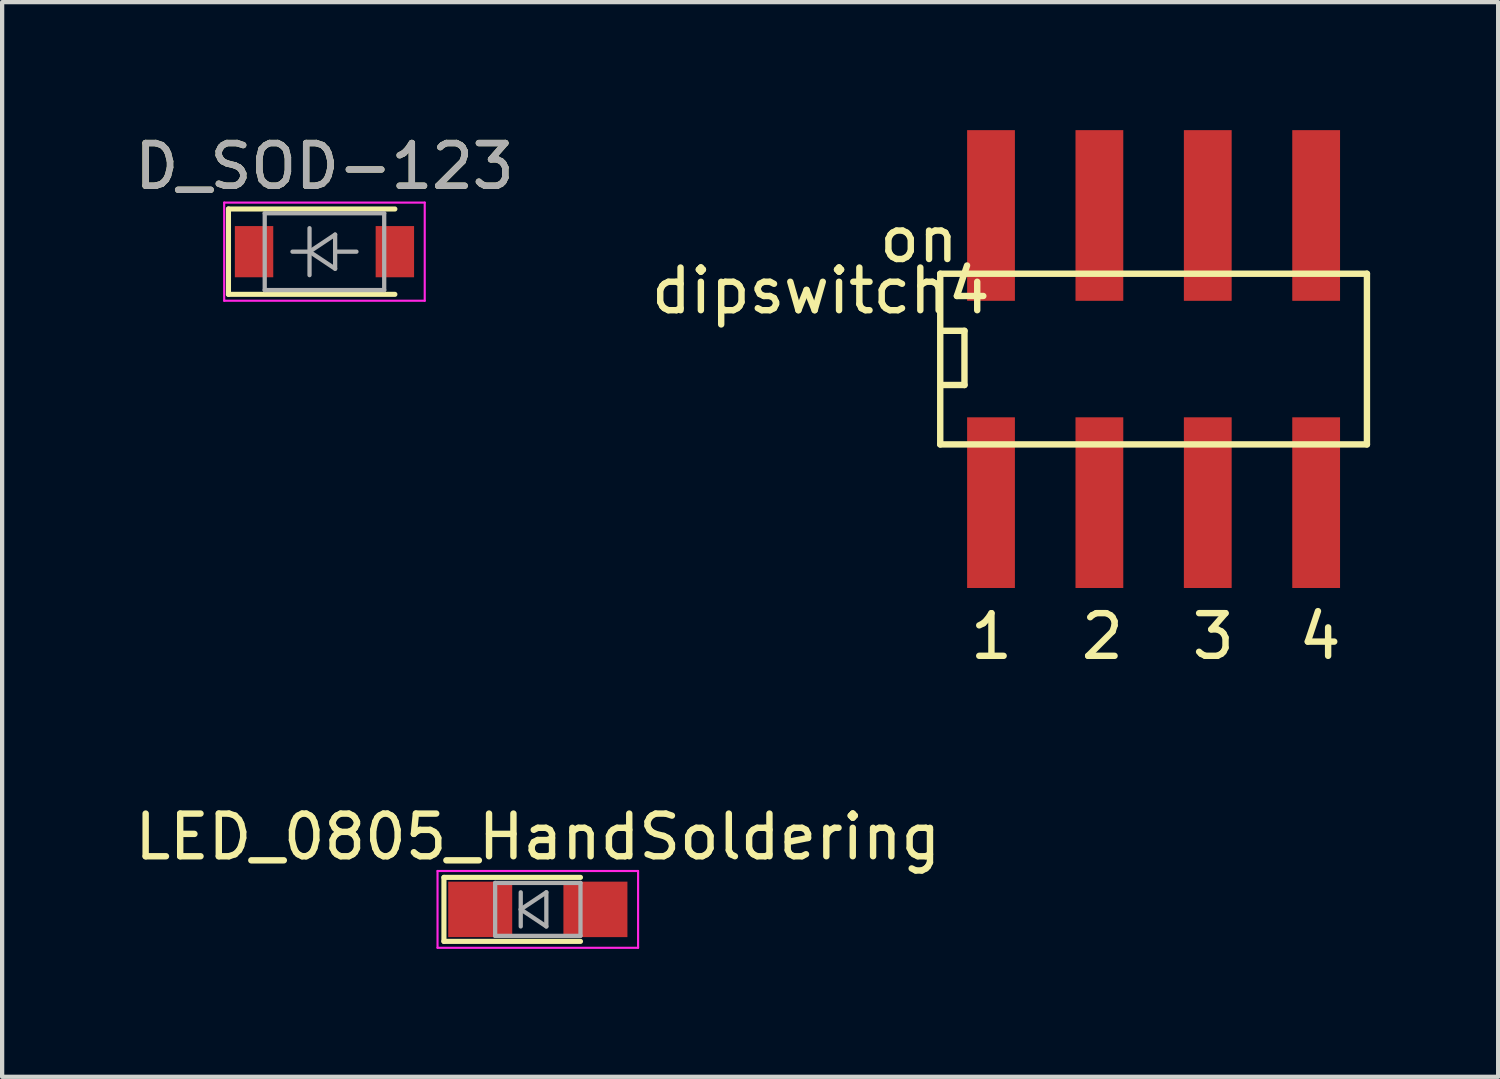
<source format=kicad_pcb>
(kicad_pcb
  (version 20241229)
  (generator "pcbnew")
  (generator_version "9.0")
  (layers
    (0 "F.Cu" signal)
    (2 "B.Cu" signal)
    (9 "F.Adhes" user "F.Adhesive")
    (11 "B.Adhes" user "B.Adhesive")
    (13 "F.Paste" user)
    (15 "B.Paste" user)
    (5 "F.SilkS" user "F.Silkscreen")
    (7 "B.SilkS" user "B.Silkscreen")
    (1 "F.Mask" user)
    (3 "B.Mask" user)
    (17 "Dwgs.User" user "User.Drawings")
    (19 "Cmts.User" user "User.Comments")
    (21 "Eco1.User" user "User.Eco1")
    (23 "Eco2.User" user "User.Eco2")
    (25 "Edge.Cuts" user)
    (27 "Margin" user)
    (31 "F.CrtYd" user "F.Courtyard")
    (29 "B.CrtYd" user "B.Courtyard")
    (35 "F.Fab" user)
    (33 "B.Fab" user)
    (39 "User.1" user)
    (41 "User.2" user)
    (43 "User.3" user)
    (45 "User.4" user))
  (footprint "LED_0805_HandSoldering"
    (layer "F.Cu")
    (at 9.554 18.262)
    (property "Reference" "LED_0805_HandSoldering" (at 0 -1.7 0) (layer "F.SilkS") (effects (font (size 1 1) (thickness 0.15))))
    (attr smd)
    (fp_line (start -2.2 -0.75) (end -2.2 0.75) (stroke (width 0.12) (type solid)) (layer "F.SilkS"))
    (fp_line (start -2.2 -0.75) (end 1 -0.75) (stroke (width 0.12) (type solid)) (layer "F.SilkS"))
    (fp_line (start 1 0.75) (end -2.2 0.75) (stroke (width 0.12) (type solid)) (layer "F.SilkS"))
    (fp_line (start -2.35 -0.9) (end -2.35 0.9) (stroke (width 0.05) (type solid)) (layer "F.CrtYd"))
    (fp_line (start -2.35 -0.9) (end 2.35 -0.9) (stroke (width 0.05) (type solid)) (layer "F.CrtYd"))
    (fp_line (start 2.35 0.9) (end -2.35 0.9) (stroke (width 0.05) (type solid)) (layer "F.CrtYd"))
    (fp_line (start 2.35 0.9) (end 2.35 -0.9) (stroke (width 0.05) (type solid)) (layer "F.CrtYd"))
    (fp_line (start -1 -0.62) (end 1 -0.62) (stroke (width 0.1) (type solid)) (layer "F.Fab"))
    (fp_line (start -1 0.62) (end -1 -0.62) (stroke (width 0.1) (type solid)) (layer "F.Fab"))
    (fp_line (start -0.4 -0.4) (end -0.4 0.4) (stroke (width 0.1) (type solid)) (layer "F.Fab"))
    (fp_line (start -0.4 0) (end 0.2 -0.4) (stroke (width 0.1) (type solid)) (layer "F.Fab"))
    (fp_line (start 0.2 -0.4) (end 0.2 0.4) (stroke (width 0.1) (type solid)) (layer "F.Fab"))
    (fp_line (start 0.2 0.4) (end -0.4 0) (stroke (width 0.1) (type solid)) (layer "F.Fab"))
    (fp_line (start 1 -0.62) (end 1 0.62) (stroke (width 0.1) (type solid)) (layer "F.Fab"))
    (fp_line (start 1 0.62) (end -1 0.62) (stroke (width 0.1) (type solid)) (layer "F.Fab"))
    (pad "1" smd rect (at -1.35 0) (size 1.5 1.3) (layers "F.Cu" "F.Mask" "F.Paste"))
    (pad "2" smd rect (at 1.35 0) (size 1.5 1.3) (layers "F.Cu" "F.Mask" "F.Paste")))
  (footprint "dipswitch4"
    (layer "F.Cu")
    (at 23.985 5.365)
    (property "Reference" "dipswitch4" (at -7.8 -1.6 0) (layer "F.SilkS") (effects (font (size 1 1) (thickness 0.15))))
    (attr smd)
    (fp_line (start -5 -2) (end 5 -2) (stroke (width 0.15) (type solid)) (layer "F.SilkS"))
    (fp_line (start -5 2) (end -5 -2) (stroke (width 0.15) (type solid)) (layer "F.SilkS"))
    (fp_line (start -4.94 -0.662) (end -4.432 -0.662) (stroke (width 0.15) (type solid)) (layer "F.SilkS"))
    (fp_line (start -4.432 -0.662) (end -4.432 0.608) (stroke (width 0.15) (type solid)) (layer "F.SilkS"))
    (fp_line (start -4.432 0.608) (end -4.94 0.608) (stroke (width 0.15) (type solid)) (layer "F.SilkS"))
    (fp_line (start 5 -2) (end 5 2) (stroke (width 0.15) (type solid)) (layer "F.SilkS"))
    (fp_line (start 5 2) (end -5 2) (stroke (width 0.15) (type solid)) (layer "F.SilkS"))
    (fp_text user "4" (at 3.9 6.5 0) (layer "F.SilkS") (effects (font (size 1 1) (thickness 0.15))))
    (fp_text user "2" (at -1.2 6.5 0) (layer "F.SilkS") (effects (font (size 1 1) (thickness 0.15))))
    (fp_text user "1" (at -3.8 6.5 0) (layer "F.SilkS") (effects (font (size 1 1) (thickness 0.15))))
    (fp_text user "3" (at 1.4 6.5 0) (layer "F.SilkS") (effects (font (size 1 1) (thickness 0.15))))
    (fp_text user "on" (at -5.5 -2.8 0) (layer "F.SilkS") (effects (font (size 1 1) (thickness 0.15))))
    (pad "1" smd rect (at -3.81 3.365) (size 1.12 4) (layers "F.Cu" "F.Mask" "F.Paste"))
    (pad "2" smd rect (at -1.27 3.365) (size 1.12 4) (layers "F.Cu" "F.Mask" "F.Paste"))
    (pad "3" smd rect (at 1.27 3.365) (size 1.12 4) (layers "F.Cu" "F.Mask" "F.Paste"))
    (pad "4" smd rect (at 3.81 3.365) (size 1.12 4) (layers "F.Cu" "F.Mask" "F.Paste"))
    (pad "5" smd rect (at 3.81 -3.365) (size 1.12 4) (layers "F.Cu" "F.Mask" "F.Paste"))
    (pad "6" smd rect (at 1.27 -3.365) (size 1.12 4) (layers "F.Cu" "F.Mask" "F.Paste"))
    (pad "7" smd rect (at -1.27 -3.365) (size 1.12 4) (layers "F.Cu" "F.Mask" "F.Paste"))
    (pad "8" smd rect (at -3.81 -3.365) (size 1.12 4) (layers "F.Cu" "F.Mask" "F.Paste")))
  (footprint "D_SOD-123"
    (layer "F.Cu")
    (at 4.554 2.848)
    (property "Reference" "D_SOD-123" (at 0 -2 0) (layer "F.SilkS") (effects (font (size 1 1) (thickness 0.15))))
    (attr smd)
    (fp_line (start -2.25 -1) (end -2.25 1) (stroke (width 0.12) (type solid)) (layer "F.SilkS"))
    (fp_line (start -2.25 -1) (end 1.65 -1) (stroke (width 0.12) (type solid)) (layer "F.SilkS"))
    (fp_line (start -2.25 1) (end 1.65 1) (stroke (width 0.12) (type solid)) (layer "F.SilkS"))
    (fp_line (start -2.35 -1.15) (end -2.35 1.15) (stroke (width 0.05) (type solid)) (layer "F.CrtYd"))
    (fp_line (start -2.35 -1.15) (end 2.35 -1.15) (stroke (width 0.05) (type solid)) (layer "F.CrtYd"))
    (fp_line (start 2.35 -1.15) (end 2.35 1.15) (stroke (width 0.05) (type solid)) (layer "F.CrtYd"))
    (fp_line (start 2.35 1.15) (end -2.35 1.15) (stroke (width 0.05) (type solid)) (layer "F.CrtYd"))
    (fp_line (start -1.4 -0.9) (end 1.4 -0.9) (stroke (width 0.1) (type solid)) (layer "F.Fab"))
    (fp_line (start -1.4 0.9) (end -1.4 -0.9) (stroke (width 0.1) (type solid)) (layer "F.Fab"))
    (fp_line (start -0.75 0) (end -0.35 0) (stroke (width 0.1) (type solid)) (layer "F.Fab"))
    (fp_line (start -0.35 0) (end -0.35 -0.55) (stroke (width 0.1) (type solid)) (layer "F.Fab"))
    (fp_line (start -0.35 0) (end -0.35 0.55) (stroke (width 0.1) (type solid)) (layer "F.Fab"))
    (fp_line (start -0.35 0) (end 0.25 -0.4) (stroke (width 0.1) (type solid)) (layer "F.Fab"))
    (fp_line (start 0.25 -0.4) (end 0.25 0.4) (stroke (width 0.1) (type solid)) (layer "F.Fab"))
    (fp_line (start 0.25 0) (end 0.75 0) (stroke (width 0.1) (type solid)) (layer "F.Fab"))
    (fp_line (start 0.25 0.4) (end -0.35 0) (stroke (width 0.1) (type solid)) (layer "F.Fab"))
    (fp_line (start 1.4 -0.9) (end 1.4 0.9) (stroke (width 0.1) (type solid)) (layer "F.Fab"))
    (fp_line (start 1.4 0.9) (end -1.4 0.9) (stroke (width 0.1) (type solid)) (layer "F.Fab"))
    (fp_text user "${REFERENCE}" (at 0 -2 0) (layer "F.Fab") (effects (font (size 1 1) (thickness 0.15))))
    (pad "1" smd rect (at -1.65 0) (size 0.9 1.2) (layers "F.Cu" "F.Mask" "F.Paste"))
    (pad "2" smd rect (at 1.65 0) (size 0.9 1.2) (layers "F.Cu" "F.Mask" "F.Paste")))
  (gr_rect
    (start -3 -3)
    (end 32.06 22.186)
    (stroke (width 0.1) (type default))
    (fill no)
    (layer "Edge.Cuts")))
</source>
